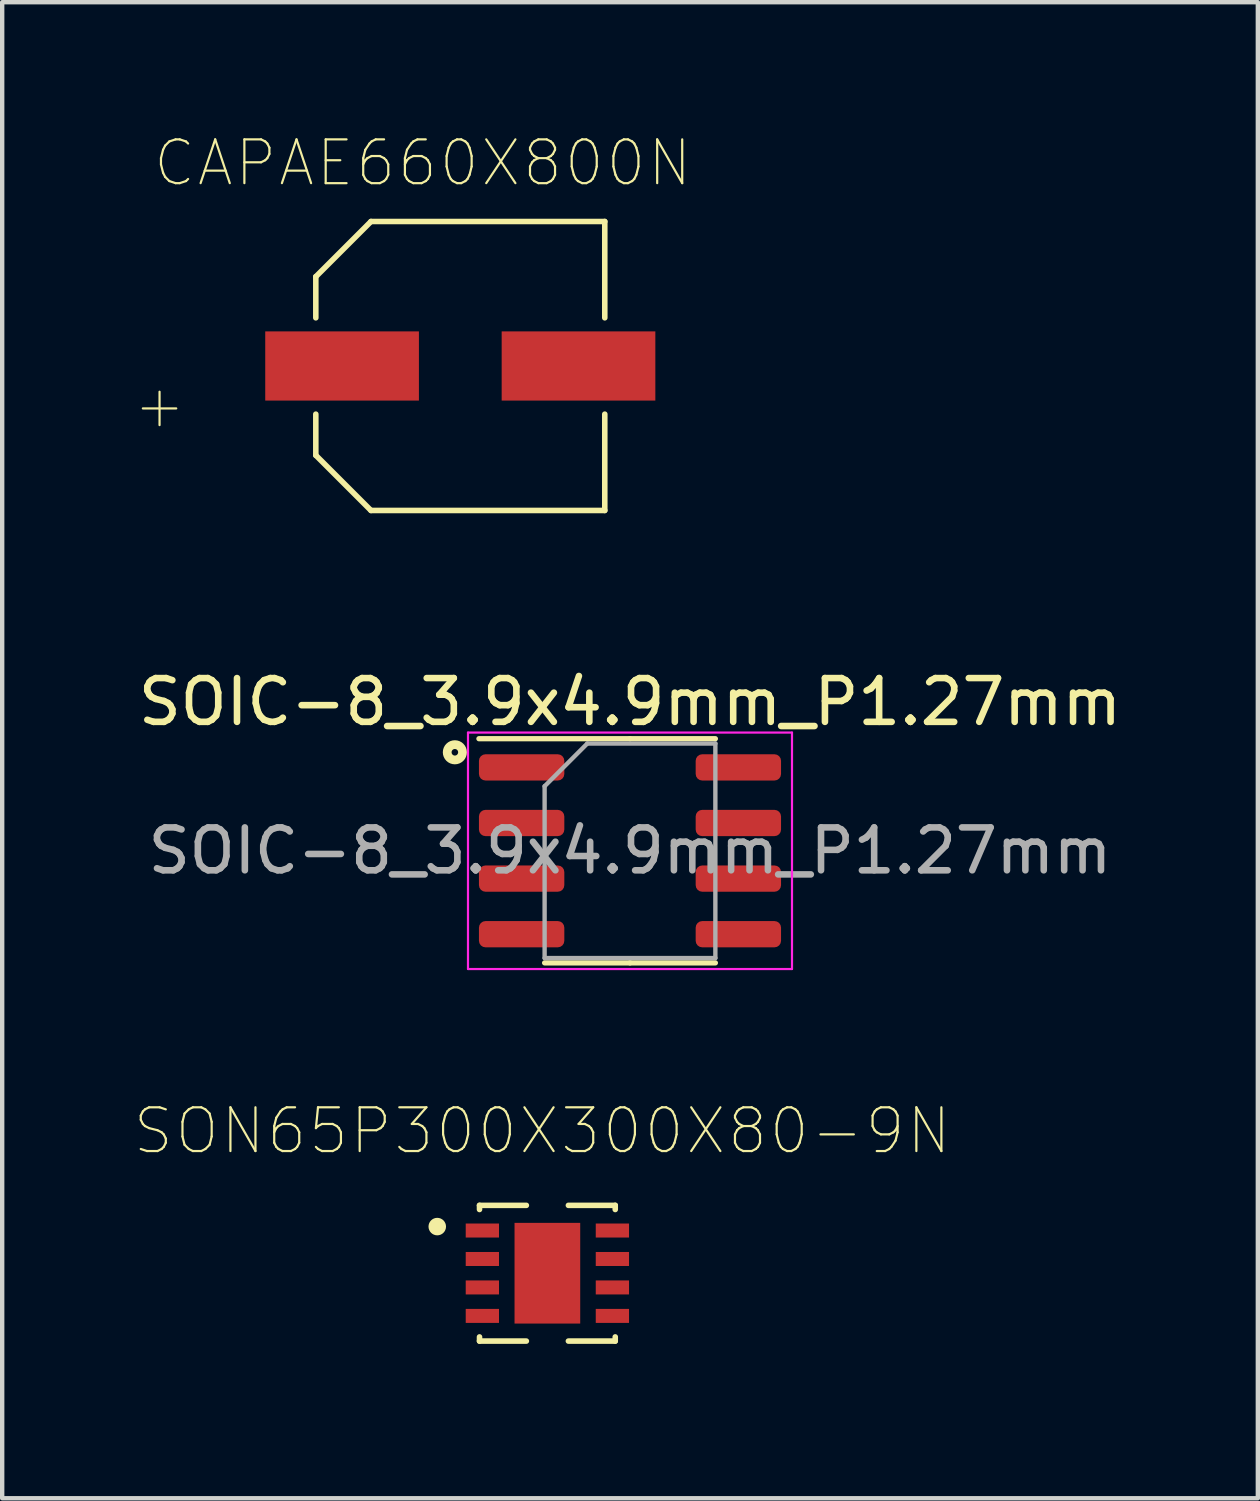
<source format=kicad_pcb>
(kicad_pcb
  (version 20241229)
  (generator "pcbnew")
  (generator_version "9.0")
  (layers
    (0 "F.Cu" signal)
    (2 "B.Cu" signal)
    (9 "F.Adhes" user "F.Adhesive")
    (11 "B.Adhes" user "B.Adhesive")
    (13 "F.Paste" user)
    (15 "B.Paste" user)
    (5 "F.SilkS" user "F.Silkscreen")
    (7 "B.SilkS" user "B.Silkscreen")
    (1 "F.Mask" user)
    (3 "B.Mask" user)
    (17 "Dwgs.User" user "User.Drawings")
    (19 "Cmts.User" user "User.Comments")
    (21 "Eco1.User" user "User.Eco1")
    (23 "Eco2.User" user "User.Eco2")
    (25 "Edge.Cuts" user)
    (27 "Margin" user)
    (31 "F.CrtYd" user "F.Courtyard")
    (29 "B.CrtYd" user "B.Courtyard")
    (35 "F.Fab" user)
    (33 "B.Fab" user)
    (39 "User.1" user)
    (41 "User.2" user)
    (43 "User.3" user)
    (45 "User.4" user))
  (footprint "SON65P300X300X80-9N"
    (layer "F.Cu")
    (at 9.452 26.03)
    (property "Reference" "SON65P300X300X80-9N" (at -0.12 -3.25 0) (layer "F.SilkS") (effects (font (size 1 1) (thickness 0.05))))
    (attr smd)
    (fp_line (start -1.55 -1.55) (end -1.55 -1.455) (stroke (width 0.127) (type solid)) (layer "F.SilkS"))
    (fp_line (start -1.55 -1.55) (end -0.48 -1.55) (stroke (width 0.127) (type solid)) (layer "F.SilkS"))
    (fp_line (start -1.55 1.55) (end -1.55 1.455) (stroke (width 0.127) (type solid)) (layer "F.SilkS"))
    (fp_line (start -1.55 1.55) (end -0.48 1.55) (stroke (width 0.127) (type solid)) (layer "F.SilkS"))
    (fp_line (start 1.55 -1.55) (end 0.48 -1.55) (stroke (width 0.127) (type solid)) (layer "F.SilkS"))
    (fp_line (start 1.55 -1.55) (end 1.55 -1.455) (stroke (width 0.127) (type solid)) (layer "F.SilkS"))
    (fp_line (start 1.55 1.55) (end 0.48 1.55) (stroke (width 0.127) (type solid)) (layer "F.SilkS"))
    (fp_line (start 1.55 1.55) (end 1.55 1.455) (stroke (width 0.127) (type solid)) (layer "F.SilkS"))
    (fp_circle (center -2.515 -1.065) (end -2.415 -1.065) (stroke (width 0.2) (type solid)) (fill no) (layer "F.SilkS"))
    (fp_poly (pts (xy -0.42 -0.93) (xy 0.42 -0.93) (xy 0.42 -0.11) (xy -0.42 -0.11)) (stroke (width 0) (type solid)) (fill yes) (layer "F.Paste"))
    (fp_poly (pts (xy -0.42 0.11) (xy 0.42 0.11) (xy 0.42 0.93) (xy -0.42 0.93)) (stroke (width 0) (type solid)) (fill yes) (layer "F.Paste"))
    (fp_line (start -2.115 -2.115) (end 2.115 -2.115) (stroke (width 0.05) (type solid)) (layer "Eco1.User"))
    (fp_line (start -2.115 2.115) (end -2.115 -2.115) (stroke (width 0.05) (type solid)) (layer "Eco1.User"))
    (fp_line (start -2.115 2.115) (end 2.115 2.115) (stroke (width 0.05) (type solid)) (layer "Eco1.User"))
    (fp_line (start 2.115 2.115) (end 2.115 -2.115) (stroke (width 0.05) (type solid)) (layer "Eco1.User"))
    (fp_line (start -1.55 1.55) (end -1.55 -1.55) (stroke (width 0.127) (type solid)) (layer "Eco2.User"))
    (fp_line (start 1.55 -1.55) (end -1.55 -1.55) (stroke (width 0.127) (type solid)) (layer "Eco2.User"))
    (fp_line (start 1.55 1.55) (end -1.55 1.55) (stroke (width 0.127) (type solid)) (layer "Eco2.User"))
    (fp_line (start 1.55 1.55) (end 1.55 -1.55) (stroke (width 0.127) (type solid)) (layer "Eco2.User"))
    (fp_circle (center -2.515 -1.055) (end -2.415 -1.055) (stroke (width 0.2) (type solid)) (fill no) (layer "Eco2.User"))
    (pad "1" smd rect (at -1.485 -0.975) (size 0.76 0.32) (layers "F.Cu" "F.Mask" "F.Paste"))
    (pad "2" smd rect (at -1.485 -0.325) (size 0.76 0.32) (layers "F.Cu" "F.Mask" "F.Paste"))
    (pad "3" smd rect (at -1.485 0.325) (size 0.76 0.32) (layers "F.Cu" "F.Mask" "F.Paste"))
    (pad "4" smd rect (at -1.485 0.975) (size 0.76 0.32) (layers "F.Cu" "F.Mask" "F.Paste"))
    (pad "5" smd rect (at 1.485 0.975) (size 0.76 0.32) (layers "F.Cu" "F.Mask" "F.Paste"))
    (pad "6" smd rect (at 1.485 0.325) (size 0.76 0.32) (layers "F.Cu" "F.Mask" "F.Paste"))
    (pad "7" smd rect (at 1.485 -0.325) (size 0.76 0.32) (layers "F.Cu" "F.Mask" "F.Paste"))
    (pad "8" smd rect (at 1.485 -0.975) (size 0.76 0.32) (layers "F.Cu" "F.Mask" "F.Paste"))
    (pad "9" smd rect (at 0 0) (size 1.5 2.3) (layers "F.Cu" "F.Mask" "F.Paste")))
  (footprint "CAPAE660X800N"
    (layer "F.Cu")
    (at 7.463 5.309)
    (property "Reference" "CAPAE660X800N" (at -0.86 -4.636 0) (layer "F.SilkS") (effects (font (size 1 1) (thickness 0.05))))
    (attr smd)
    (fp_line (start -3.3 -2.04) (end -3.3 -1.1) (stroke (width 0.127) (type solid)) (layer "F.SilkS"))
    (fp_line (start -3.3 -2.04) (end -2.04 -3.3) (stroke (width 0.127) (type solid)) (layer "F.SilkS"))
    (fp_line (start -3.3 2.04) (end -3.3 1.1) (stroke (width 0.127) (type solid)) (layer "F.SilkS"))
    (fp_line (start -2.04 -3.3) (end 3.3 -3.3) (stroke (width 0.127) (type solid)) (layer "F.SilkS"))
    (fp_line (start -2.04 3.3) (end -3.3 2.04) (stroke (width 0.127) (type solid)) (layer "F.SilkS"))
    (fp_line (start 3.3 -3.3) (end 3.3 -1.1) (stroke (width 0.127) (type solid)) (layer "F.SilkS"))
    (fp_line (start 3.3 3.3) (end -2.04 3.3) (stroke (width 0.127) (type solid)) (layer "F.SilkS"))
    (fp_line (start 3.3 3.3) (end 3.3 1.1) (stroke (width 0.127) (type solid)) (layer "F.SilkS"))
    (fp_line (start -4.96 -1.29) (end -3.8 -1.29) (stroke (width 0.05) (type solid)) (layer "Eco1.User"))
    (fp_line (start -4.96 1.29) (end -4.96 -1.29) (stroke (width 0.05) (type solid)) (layer "Eco1.User"))
    (fp_line (start -3.8 -3.8) (end 3.8 -3.8) (stroke (width 0.05) (type solid)) (layer "Eco1.User"))
    (fp_line (start -3.8 -1.29) (end -3.8 -3.8) (stroke (width 0.05) (type solid)) (layer "Eco1.User"))
    (fp_line (start -3.8 1.29) (end -4.96 1.29) (stroke (width 0.05) (type solid)) (layer "Eco1.User"))
    (fp_line (start -3.8 3.8) (end -3.8 1.29) (stroke (width 0.05) (type solid)) (layer "Eco1.User"))
    (fp_line (start 3.8 -3.8) (end 3.8 -1.29) (stroke (width 0.05) (type solid)) (layer "Eco1.User"))
    (fp_line (start 3.8 -1.29) (end 4.96 -1.29) (stroke (width 0.05) (type solid)) (layer "Eco1.User"))
    (fp_line (start 3.8 1.29) (end 3.8 3.8) (stroke (width 0.05) (type solid)) (layer "Eco1.User"))
    (fp_line (start 3.8 3.8) (end -3.8 3.8) (stroke (width 0.05) (type solid)) (layer "Eco1.User"))
    (fp_line (start 4.96 -1.29) (end 4.96 1.29) (stroke (width 0.05) (type solid)) (layer "Eco1.User"))
    (fp_line (start 4.96 1.29) (end 3.8 1.29) (stroke (width 0.05) (type solid)) (layer "Eco1.User"))
    (fp_line (start -3.3 -2.04) (end -2.04 -3.3) (stroke (width 0.127) (type solid)) (layer "Eco2.User"))
    (fp_line (start -3.3 2.04) (end -3.3 -2.04) (stroke (width 0.127) (type solid)) (layer "Eco2.User"))
    (fp_line (start -2.04 -3.3) (end 3.3 -3.3) (stroke (width 0.127) (type solid)) (layer "Eco2.User"))
    (fp_line (start -2.04 3.3) (end -3.3 2.04) (stroke (width 0.127) (type solid)) (layer "Eco2.User"))
    (fp_line (start 3.3 -3.3) (end 3.3 3.3) (stroke (width 0.127) (type solid)) (layer "Eco2.User"))
    (fp_line (start 3.3 3.3) (end -2.04 3.3) (stroke (width 0.127) (type solid)) (layer "Eco2.User"))
    (fp_text user "+" (at -6.869 0.89 0) (layer "F.SilkS") (effects (font (size 1 1) (thickness 0.05))))
    (pad "1" smd rect (at -2.7 0) (size 3.51 1.58) (layers "F.Cu" "F.Mask" "F.Paste"))
    (pad "2" smd rect (at 2.7 0) (size 3.51 1.58) (layers "F.Cu" "F.Mask" "F.Paste")))
  (footprint "SOIC-8_3.9x4.9mm_P1.27mm"
    (layer "F.Cu")
    (at 11.339 16.382)
    (property "Reference" "SOIC-8_3.9x4.9mm_P1.27mm" (at 0 -3.4 0) (layer "F.SilkS") (effects (font (size 1 1) (thickness 0.15))))
    (attr smd)
    (fp_line (start 0 -2.56) (end -3.45 -2.56) (stroke (width 0.12) (type solid)) (layer "F.SilkS"))
    (fp_line (start 0 -2.56) (end 1.95 -2.56) (stroke (width 0.12) (type solid)) (layer "F.SilkS"))
    (fp_line (start 0 2.56) (end -1.95 2.56) (stroke (width 0.12) (type solid)) (layer "F.SilkS"))
    (fp_line (start 0 2.56) (end 1.95 2.56) (stroke (width 0.12) (type solid)) (layer "F.SilkS"))
    (fp_circle (center -4 -2.25) (end -3.925 -2.25) (stroke (width 0.2) (type solid)) (fill no) (layer "F.SilkS"))
    (fp_line (start -3.7 -2.7) (end -3.7 2.7) (stroke (width 0.05) (type solid)) (layer "F.CrtYd"))
    (fp_line (start -3.7 2.7) (end 3.7 2.7) (stroke (width 0.05) (type solid)) (layer "F.CrtYd"))
    (fp_line (start 3.7 -2.7) (end -3.7 -2.7) (stroke (width 0.05) (type solid)) (layer "F.CrtYd"))
    (fp_line (start 3.7 2.7) (end 3.7 -2.7) (stroke (width 0.05) (type solid)) (layer "F.CrtYd"))
    (fp_line (start -1.95 -1.475) (end -0.975 -2.45) (stroke (width 0.1) (type solid)) (layer "F.Fab"))
    (fp_line (start -1.95 2.45) (end -1.95 -1.475) (stroke (width 0.1) (type solid)) (layer "F.Fab"))
    (fp_line (start -0.975 -2.45) (end 1.95 -2.45) (stroke (width 0.1) (type solid)) (layer "F.Fab"))
    (fp_line (start 1.95 -2.45) (end 1.95 2.45) (stroke (width 0.1) (type solid)) (layer "F.Fab"))
    (fp_line (start 1.95 2.45) (end -1.95 2.45) (stroke (width 0.1) (type solid)) (layer "F.Fab"))
    (fp_text user "${REFERENCE}" (at 0 0 0) (layer "F.Fab") (effects (font (size 0.98 0.98) (thickness 0.15))))
    (pad "1" smd roundrect (at -2.475 -1.905) (size 1.95 0.6) (layers "F.Cu" "F.Mask" "F.Paste") (roundrect_rratio 0.25))
    (pad "2" smd roundrect (at -2.475 -0.635) (size 1.95 0.6) (layers "F.Cu" "F.Mask" "F.Paste") (roundrect_rratio 0.25))
    (pad "3" smd roundrect (at -2.475 0.635) (size 1.95 0.6) (layers "F.Cu" "F.Mask" "F.Paste") (roundrect_rratio 0.25))
    (pad "4" smd roundrect (at -2.475 1.905) (size 1.95 0.6) (layers "F.Cu" "F.Mask" "F.Paste") (roundrect_rratio 0.25))
    (pad "5" smd roundrect (at 2.475 1.905) (size 1.95 0.6) (layers "F.Cu" "F.Mask" "F.Paste") (roundrect_rratio 0.25))
    (pad "6" smd roundrect (at 2.475 0.635) (size 1.95 0.6) (layers "F.Cu" "F.Mask" "F.Paste") (roundrect_rratio 0.25))
    (pad "7" smd roundrect (at 2.475 -0.635) (size 1.95 0.6) (layers "F.Cu" "F.Mask" "F.Paste") (roundrect_rratio 0.25))
    (pad "8" smd roundrect (at 2.475 -1.905) (size 1.95 0.6) (layers "F.Cu" "F.Mask" "F.Paste") (roundrect_rratio 0.25)))
  (gr_rect
    (start -3 -3)
    (end 25.679 31.17)
    (stroke (width 0.1) (type default))
    (fill no)
    (layer "Edge.Cuts")))
</source>
